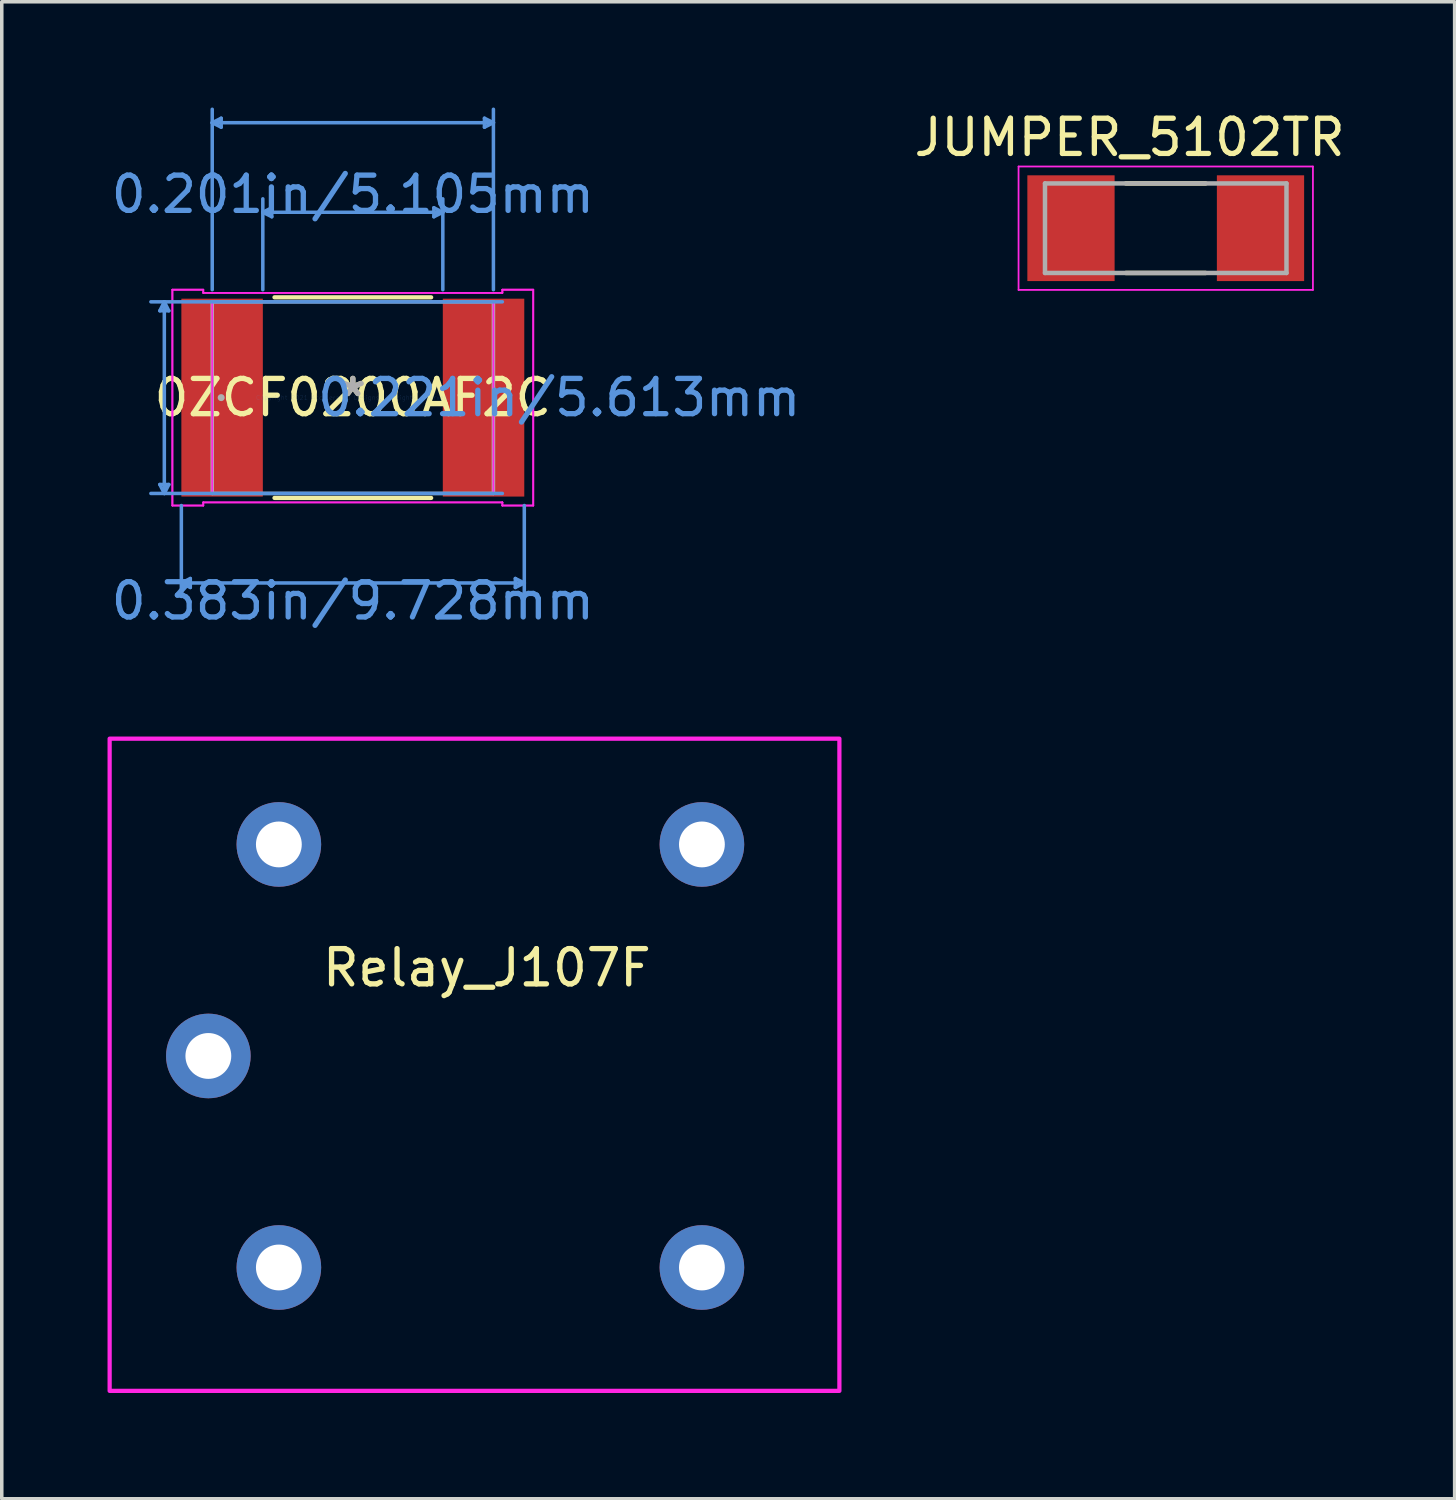
<source format=kicad_pcb>
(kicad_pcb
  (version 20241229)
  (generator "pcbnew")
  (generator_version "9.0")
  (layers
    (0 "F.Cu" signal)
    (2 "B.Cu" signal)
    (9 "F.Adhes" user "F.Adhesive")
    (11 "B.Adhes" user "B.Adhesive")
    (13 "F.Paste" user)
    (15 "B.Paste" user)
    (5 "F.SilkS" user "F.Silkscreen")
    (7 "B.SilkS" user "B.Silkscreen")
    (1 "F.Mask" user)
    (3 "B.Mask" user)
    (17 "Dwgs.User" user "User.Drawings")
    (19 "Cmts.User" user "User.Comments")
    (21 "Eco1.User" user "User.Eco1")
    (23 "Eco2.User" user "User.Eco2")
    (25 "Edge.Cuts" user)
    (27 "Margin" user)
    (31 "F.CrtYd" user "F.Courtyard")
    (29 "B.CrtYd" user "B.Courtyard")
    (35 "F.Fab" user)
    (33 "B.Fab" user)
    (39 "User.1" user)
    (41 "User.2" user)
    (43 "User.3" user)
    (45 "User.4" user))
  (footprint "JUMPER_5102TR"
    (layer "F.Cu")
    (at 30.017 3.423)
    (property "Reference" "JUMPER_5102TR" (at -1.025 -2.575 0) (layer "F.SilkS") (effects (font (size 1 1) (thickness 0.15))))
    (attr through_hole)
    (fp_line (start -1.13 -1.27) (end 1.13 -1.27) (stroke (width 0.127) (type solid)) (layer "F.SilkS"))
    (fp_line (start -1.13 1.27) (end 1.13 1.27) (stroke (width 0.127) (type solid)) (layer "F.SilkS"))
    (fp_line (start -4.175 -1.75) (end 4.175 -1.75) (stroke (width 0.05) (type solid)) (layer "F.CrtYd"))
    (fp_line (start -4.175 1.75) (end -4.175 -1.75) (stroke (width 0.05) (type solid)) (layer "F.CrtYd"))
    (fp_line (start 4.175 -1.75) (end 4.175 1.75) (stroke (width 0.05) (type solid)) (layer "F.CrtYd"))
    (fp_line (start 4.175 1.75) (end -4.175 1.75) (stroke (width 0.05) (type solid)) (layer "F.CrtYd"))
    (fp_line (start -3.425 -1.27) (end 3.425 -1.27) (stroke (width 0.127) (type solid)) (layer "F.Fab"))
    (fp_line (start -3.425 1.27) (end -3.425 -1.27) (stroke (width 0.127) (type solid)) (layer "F.Fab"))
    (fp_line (start 3.425 -1.27) (end 3.425 1.27) (stroke (width 0.127) (type solid)) (layer "F.Fab"))
    (fp_line (start 3.425 1.27) (end -3.425 1.27) (stroke (width 0.127) (type solid)) (layer "F.Fab"))
    (pad "1" smd rect (at -2.688 0) (size 2.475 3) (layers "F.Cu" "F.Mask" "F.Paste"))
    (pad "2" smd rect (at 2.688 0) (size 2.475 3) (layers "F.Cu" "F.Mask" "F.Paste")))
  (footprint "0ZCF0200AF2C"
    (layer "F.Cu")
    (at 6.958 8.229)
    (property "Reference" "0ZCF0200AF2C" (at 0 0 0) (layer "F.SilkS") (effects (font (size 1 1) (thickness 0.15))))
    (attr through_hole)
    (fp_line (start -2.222 2.845) (end 2.222 2.845) (stroke (width 0.12) (type solid)) (layer "F.SilkS"))
    (fp_line (start 2.222 -2.845) (end -2.222 -2.845) (stroke (width 0.12) (type solid)) (layer "F.SilkS"))
    (fp_line (start -5.474 -2.464) (end -5.22 -2.464) (stroke (width 0.1) (type solid)) (layer "Cmts.User"))
    (fp_line (start -5.474 2.464) (end -5.22 2.464) (stroke (width 0.1) (type solid)) (layer "Cmts.User"))
    (fp_line (start -5.347 -2.718) (end -5.474 -2.464) (stroke (width 0.1) (type solid)) (layer "Cmts.User"))
    (fp_line (start -5.347 -2.718) (end -5.347 2.718) (stroke (width 0.1) (type solid)) (layer "Cmts.User"))
    (fp_line (start -5.347 -2.718) (end -5.22 -2.464) (stroke (width 0.1) (type solid)) (layer "Cmts.User"))
    (fp_line (start -5.347 2.718) (end -5.474 2.464) (stroke (width 0.1) (type solid)) (layer "Cmts.User"))
    (fp_line (start -5.347 2.718) (end -5.22 2.464) (stroke (width 0.1) (type solid)) (layer "Cmts.User"))
    (fp_line (start -4.864 3.061) (end -4.864 5.639) (stroke (width 0.1) (type solid)) (layer "Cmts.User"))
    (fp_line (start -4.864 5.258) (end -4.61 5.131) (stroke (width 0.1) (type solid)) (layer "Cmts.User"))
    (fp_line (start -4.864 5.258) (end -4.61 5.385) (stroke (width 0.1) (type solid)) (layer "Cmts.User"))
    (fp_line (start -4.864 5.258) (end 4.864 5.258) (stroke (width 0.1) (type solid)) (layer "Cmts.User"))
    (fp_line (start -4.61 5.131) (end -4.61 5.385) (stroke (width 0.1) (type solid)) (layer "Cmts.User"))
    (fp_line (start -3.988 -7.798) (end -3.734 -7.925) (stroke (width 0.1) (type solid)) (layer "Cmts.User"))
    (fp_line (start -3.988 -7.798) (end -3.734 -7.671) (stroke (width 0.1) (type solid)) (layer "Cmts.User"))
    (fp_line (start -3.988 -7.798) (end 3.988 -7.798) (stroke (width 0.1) (type solid)) (layer "Cmts.User"))
    (fp_line (start -3.988 -3.061) (end -3.988 -8.179) (stroke (width 0.1) (type solid)) (layer "Cmts.User"))
    (fp_line (start -3.734 -7.925) (end -3.734 -7.671) (stroke (width 0.1) (type solid)) (layer "Cmts.User"))
    (fp_line (start -2.553 -5.258) (end -2.299 -5.385) (stroke (width 0.1) (type solid)) (layer "Cmts.User"))
    (fp_line (start -2.553 -5.258) (end -2.299 -5.131) (stroke (width 0.1) (type solid)) (layer "Cmts.User"))
    (fp_line (start -2.553 -5.258) (end 2.553 -5.258) (stroke (width 0.1) (type solid)) (layer "Cmts.User"))
    (fp_line (start -2.553 -3.061) (end -2.553 -5.639) (stroke (width 0.1) (type solid)) (layer "Cmts.User"))
    (fp_line (start -2.299 -5.385) (end -2.299 -5.131) (stroke (width 0.1) (type solid)) (layer "Cmts.User"))
    (fp_line (start 2.299 -5.385) (end 2.299 -5.131) (stroke (width 0.1) (type solid)) (layer "Cmts.User"))
    (fp_line (start 2.553 -5.258) (end 2.299 -5.385) (stroke (width 0.1) (type solid)) (layer "Cmts.User"))
    (fp_line (start 2.553 -5.258) (end 2.299 -5.131) (stroke (width 0.1) (type solid)) (layer "Cmts.User"))
    (fp_line (start 2.553 -3.061) (end 2.553 -5.639) (stroke (width 0.1) (type solid)) (layer "Cmts.User"))
    (fp_line (start 3.734 -7.925) (end 3.734 -7.671) (stroke (width 0.1) (type solid)) (layer "Cmts.User"))
    (fp_line (start 3.988 -7.798) (end 3.734 -7.925) (stroke (width 0.1) (type solid)) (layer "Cmts.User"))
    (fp_line (start 3.988 -7.798) (end 3.734 -7.671) (stroke (width 0.1) (type solid)) (layer "Cmts.User"))
    (fp_line (start 3.988 -3.061) (end 3.988 -8.179) (stroke (width 0.1) (type solid)) (layer "Cmts.User"))
    (fp_line (start 4.242 -2.718) (end -5.728 -2.718) (stroke (width 0.1) (type solid)) (layer "Cmts.User"))
    (fp_line (start 4.242 2.718) (end -5.728 2.718) (stroke (width 0.1) (type solid)) (layer "Cmts.User"))
    (fp_line (start 4.61 5.131) (end 4.61 5.385) (stroke (width 0.1) (type solid)) (layer "Cmts.User"))
    (fp_line (start 4.864 3.061) (end 4.864 5.639) (stroke (width 0.1) (type solid)) (layer "Cmts.User"))
    (fp_line (start 4.864 5.258) (end 4.61 5.131) (stroke (width 0.1) (type solid)) (layer "Cmts.User"))
    (fp_line (start 4.864 5.258) (end 4.61 5.385) (stroke (width 0.1) (type solid)) (layer "Cmts.User"))
    (fp_line (start -5.118 -3.061) (end -4.242 -3.061) (stroke (width 0.05) (type solid)) (layer "F.CrtYd"))
    (fp_line (start -5.118 -3.061) (end -4.242 -3.061) (stroke (width 0.05) (type solid)) (layer "F.CrtYd"))
    (fp_line (start -5.118 3.061) (end -5.118 -3.061) (stroke (width 0.05) (type solid)) (layer "F.CrtYd"))
    (fp_line (start -5.118 3.061) (end -5.118 -3.061) (stroke (width 0.05) (type solid)) (layer "F.CrtYd"))
    (fp_line (start -5.118 3.061) (end -4.242 3.061) (stroke (width 0.05) (type solid)) (layer "F.CrtYd"))
    (fp_line (start -4.242 -3.061) (end -4.242 -2.972) (stroke (width 0.05) (type solid)) (layer "F.CrtYd"))
    (fp_line (start -4.242 -3.061) (end -4.242 -2.972) (stroke (width 0.05) (type solid)) (layer "F.CrtYd"))
    (fp_line (start -4.242 -2.972) (end 4.242 -2.972) (stroke (width 0.05) (type solid)) (layer "F.CrtYd"))
    (fp_line (start -4.242 -2.972) (end 4.242 -2.972) (stroke (width 0.05) (type solid)) (layer "F.CrtYd"))
    (fp_line (start -4.242 2.972) (end -4.242 3.061) (stroke (width 0.05) (type solid)) (layer "F.CrtYd"))
    (fp_line (start -4.242 2.972) (end 4.242 2.972) (stroke (width 0.05) (type solid)) (layer "F.CrtYd"))
    (fp_line (start -4.242 3.061) (end -5.118 3.061) (stroke (width 0.05) (type solid)) (layer "F.CrtYd"))
    (fp_line (start -4.242 3.061) (end -4.242 2.972) (stroke (width 0.05) (type solid)) (layer "F.CrtYd"))
    (fp_line (start -3.988 -2.718) (end 3.988 -2.718) (stroke (width 0.05) (type solid)) (layer "F.CrtYd"))
    (fp_line (start -3.988 2.718) (end -3.988 -2.718) (stroke (width 0.05) (type solid)) (layer "F.CrtYd"))
    (fp_line (start 3.988 -2.718) (end 3.988 2.718) (stroke (width 0.05) (type solid)) (layer "F.CrtYd"))
    (fp_line (start 3.988 2.718) (end -3.988 2.718) (stroke (width 0.05) (type solid)) (layer "F.CrtYd"))
    (fp_line (start 4.242 -3.061) (end 5.118 -3.061) (stroke (width 0.05) (type solid)) (layer "F.CrtYd"))
    (fp_line (start 4.242 -3.061) (end 5.118 -3.061) (stroke (width 0.05) (type solid)) (layer "F.CrtYd"))
    (fp_line (start 4.242 -2.972) (end 4.242 -3.061) (stroke (width 0.05) (type solid)) (layer "F.CrtYd"))
    (fp_line (start 4.242 -2.972) (end 4.242 -3.061) (stroke (width 0.05) (type solid)) (layer "F.CrtYd"))
    (fp_line (start 4.242 2.972) (end -4.242 2.972) (stroke (width 0.05) (type solid)) (layer "F.CrtYd"))
    (fp_line (start 4.242 2.972) (end 4.242 2.972) (stroke (width 0.05) (type solid)) (layer "F.CrtYd"))
    (fp_line (start 4.242 2.972) (end 4.242 3.061) (stroke (width 0.05) (type solid)) (layer "F.CrtYd"))
    (fp_line (start 4.242 3.061) (end 4.242 2.972) (stroke (width 0.05) (type solid)) (layer "F.CrtYd"))
    (fp_line (start 4.242 3.061) (end 5.118 3.061) (stroke (width 0.05) (type solid)) (layer "F.CrtYd"))
    (fp_line (start 5.118 -3.061) (end 5.118 3.061) (stroke (width 0.05) (type solid)) (layer "F.CrtYd"))
    (fp_line (start 5.118 -3.061) (end 5.118 3.061) (stroke (width 0.05) (type solid)) (layer "F.CrtYd"))
    (fp_line (start 5.118 3.061) (end 4.242 3.061) (stroke (width 0.05) (type solid)) (layer "F.CrtYd"))
    (fp_line (start -3.988 -2.718) (end -3.988 2.718) (stroke (width 0.1) (type solid)) (layer "F.Fab"))
    (fp_line (start -3.988 2.718) (end 3.988 2.718) (stroke (width 0.1) (type solid)) (layer "F.Fab"))
    (fp_line (start 3.988 -2.718) (end -3.988 -2.718) (stroke (width 0.1) (type solid)) (layer "F.Fab"))
    (fp_line (start 3.988 2.718) (end 3.988 -2.718) (stroke (width 0.1) (type solid)) (layer "F.Fab"))
    (fp_circle (center -3.734 0) (end -3.734 0) (stroke (width 0.1) (type solid)) (fill no) (layer "F.Fab"))
    (fp_text user "*" (at 0 0 0) (layer "F.SilkS") (effects (font (size 1 1) (thickness 0.15))))
    (fp_text user "0.201in/5.105mm" (at 0 -5.766 0) (layer "Cmts.User") (effects (font (size 1 1) (thickness 0.15))))
    (fp_text user "0.383in/9.728mm" (at 0 5.766 0) (layer "Cmts.User") (effects (font (size 1 1) (thickness 0.15))))
    (fp_text user "0.221in/5.613mm" (at 5.855 0 0) (layer "Cmts.User") (effects (font (size 1 1) (thickness 0.15))))
    (fp_text user "Copyright 2021 Accelerated Designs. All rights reserved." (at 0 0 0) (layer "Cmts.User") (effects (font (size 0.127 0.127) (thickness 0.002))))
    (fp_text user "*" (at 0 0 0) (layer "F.Fab") (effects (font (size 1 1) (thickness 0.15))))
    (pad "1" smd rect (at -3.708 0) (size 2.311 5.613) (layers "F.Cu" "F.Mask" "F.Paste"))
    (pad "2" smd rect (at 3.708 0) (size 2.311 5.613) (layers "F.Cu" "F.Mask" "F.Paste")))
  (footprint "Relay_J107F"
    (layer "F.Cu")
    (at 4.86 20.903)
    (property "Reference" "Relay_J107F" (at 5.9 3.5 0) (unlocked yes) (layer "F.SilkS") (effects (font (size 1 1) (thickness 0.15))))
    (attr through_hole)
    (fp_rect (start -4.8 -3) (end 15.9 15.5) (stroke (width 0.12) (type solid)) (fill no) (layer "F.CrtYd"))
    (pad "1" thru_hole circle (at 12 12) (size 2.4 2.4) (drill 1.3) (layers "*.Cu" "*.Mask"))
    (pad "2" thru_hole circle (at 0 0) (size 2.4 2.4) (drill 1.3) (layers "*.Cu" "*.Mask"))
    (pad "6" thru_hole circle (at 0 12) (size 2.4 2.4) (drill 1.3) (layers "*.Cu" "*.Mask"))
    (pad "7" thru_hole circle (at -2 6) (size 2.4 2.4) (drill 1.3) (layers "*.Cu" "*.Mask"))
    (pad "14" thru_hole circle (at 12 0) (size 2.4 2.4) (drill 1.3) (layers "*.Cu" "*.Mask")))
  (gr_rect
    (start -3 -3)
    (end 38.212 39.463)
    (stroke (width 0.1) (type default))
    (fill no)
    (layer "Edge.Cuts")))
</source>
